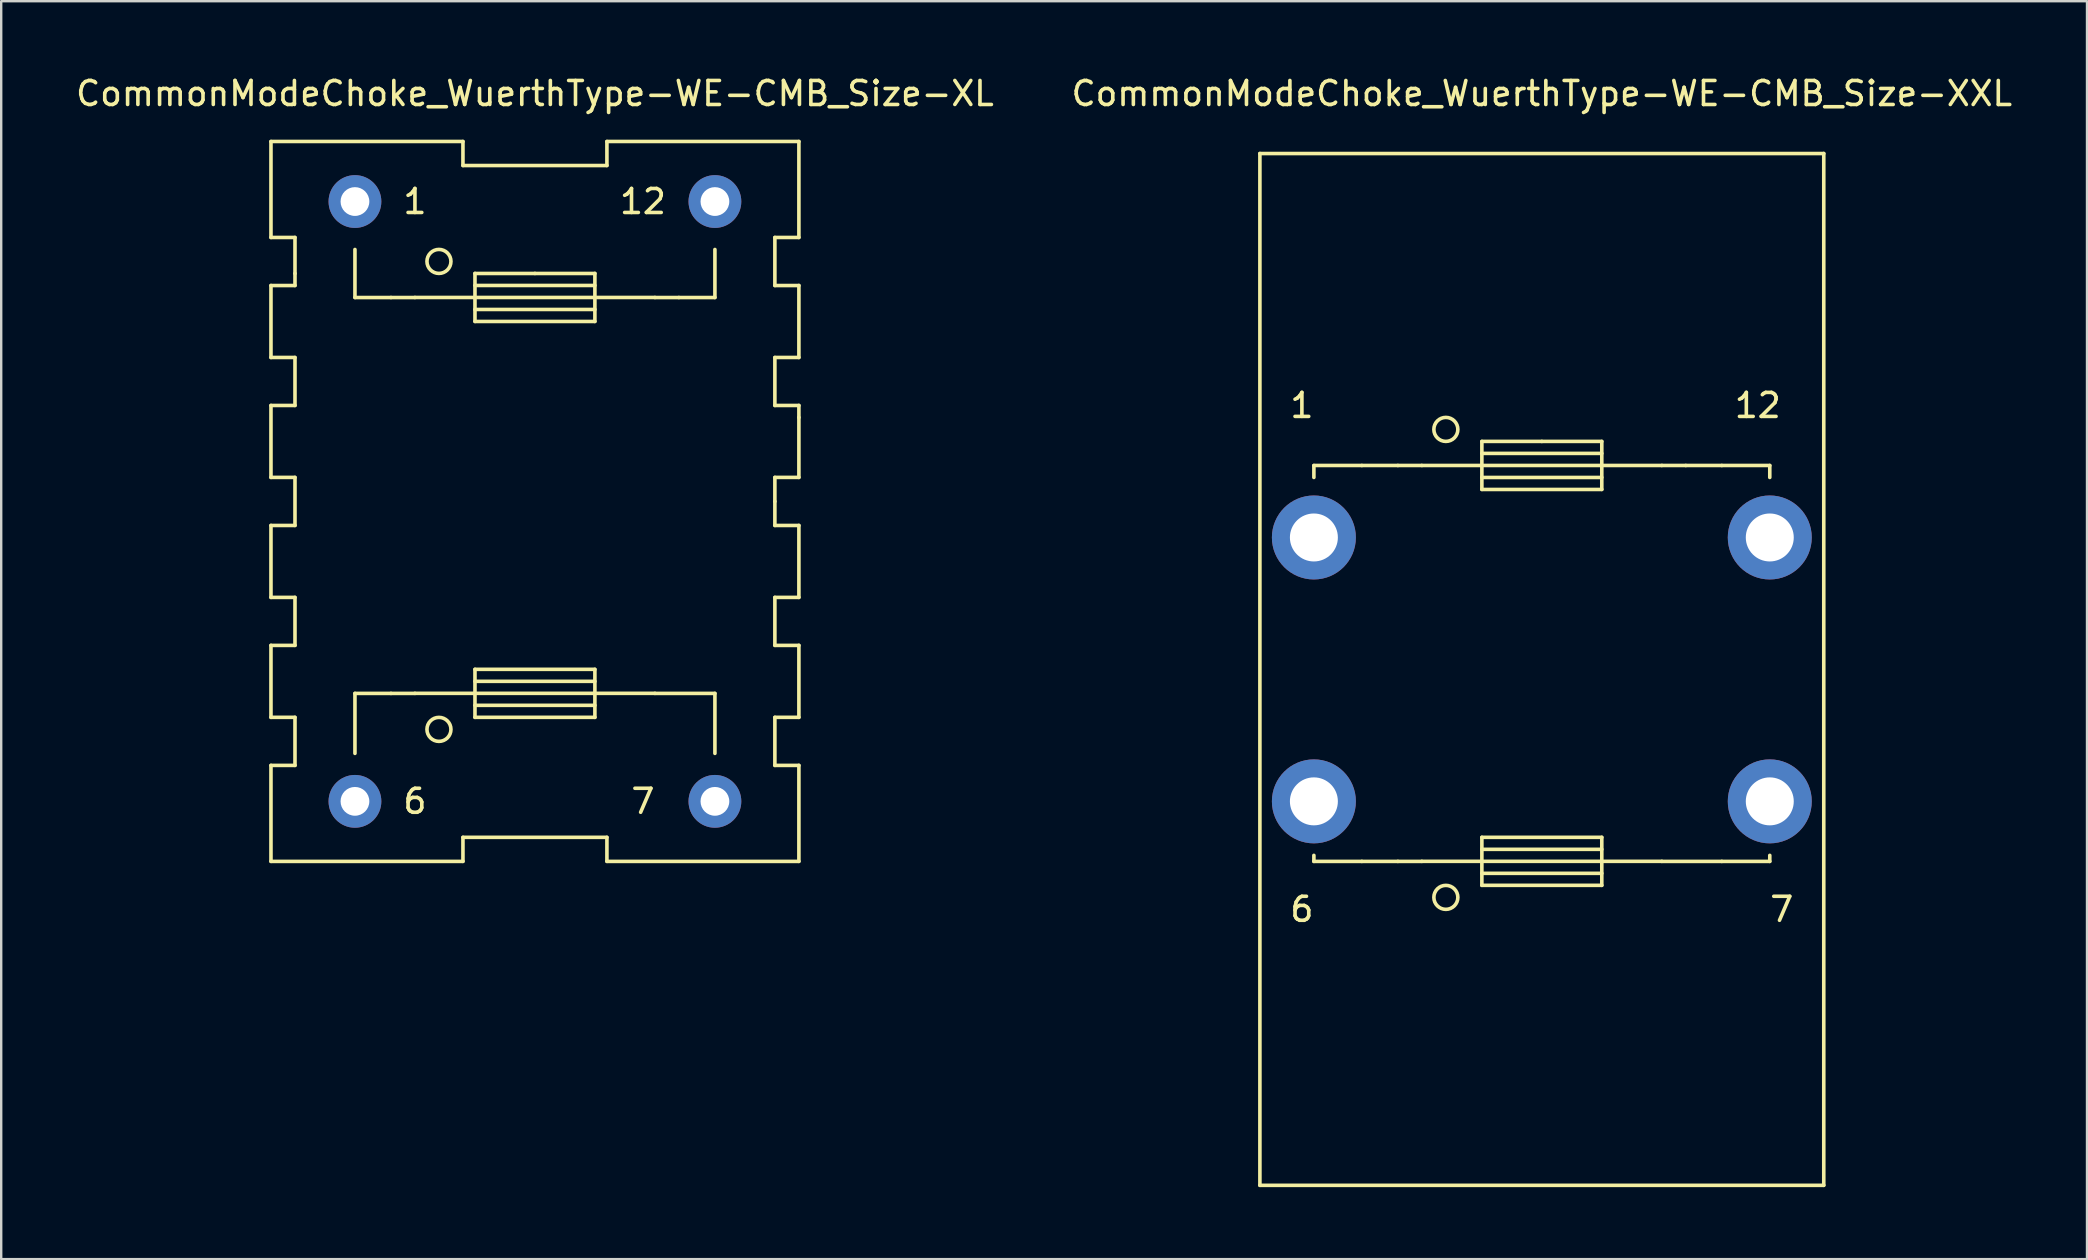
<source format=kicad_pcb>
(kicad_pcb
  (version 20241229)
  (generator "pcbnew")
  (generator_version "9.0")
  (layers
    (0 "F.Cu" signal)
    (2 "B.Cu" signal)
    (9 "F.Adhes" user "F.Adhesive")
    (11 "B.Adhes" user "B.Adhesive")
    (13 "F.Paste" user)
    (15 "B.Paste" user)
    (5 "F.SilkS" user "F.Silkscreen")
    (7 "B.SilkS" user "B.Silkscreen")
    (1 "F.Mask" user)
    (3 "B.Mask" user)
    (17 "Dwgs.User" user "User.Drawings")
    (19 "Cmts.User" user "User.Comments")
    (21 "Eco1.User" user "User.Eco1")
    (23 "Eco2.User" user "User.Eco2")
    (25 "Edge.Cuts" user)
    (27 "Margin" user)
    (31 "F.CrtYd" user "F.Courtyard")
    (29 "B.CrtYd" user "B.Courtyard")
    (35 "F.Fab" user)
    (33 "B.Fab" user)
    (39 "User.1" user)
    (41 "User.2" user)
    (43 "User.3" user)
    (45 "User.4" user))
  (footprint "CommonModeChoke_WuerthType-WE-CMB_Size-XXL"
    (layer "F.Cu")
    (at 61.208 24.849)
    (property "Reference" "CommonModeChoke_WuerthType-WE-CMB_Size-XXL" (at 0 -24 0) (layer "F.SilkS") (effects (font (size 1 1) (thickness 0.15))))
    (attr through_hole)
    (fp_line (start -11.75 -21.501) (end -11.75 21.501) (stroke (width 0.15) (type solid)) (layer "F.SilkS"))
    (fp_line (start -11.75 21.501) (end 11.75 21.501) (stroke (width 0.15) (type solid)) (layer "F.SilkS"))
    (fp_line (start -9.5 -8.499) (end -9.5 -8.001) (stroke (width 0.15) (type solid)) (layer "F.SilkS"))
    (fp_line (start -9.5 8.001) (end -9.5 7.75) (stroke (width 0.15) (type solid)) (layer "F.SilkS"))
    (fp_line (start -7.501 -8.499) (end -9.5 -8.499) (stroke (width 0.15) (type solid)) (layer "F.SilkS"))
    (fp_line (start -7.501 8.001) (end -9.5 8.001) (stroke (width 0.15) (type solid)) (layer "F.SilkS"))
    (fp_line (start -5.999 -8.499) (end -7.501 -8.499) (stroke (width 0.15) (type solid)) (layer "F.SilkS"))
    (fp_line (start -5.999 8.001) (end -7.501 8.001) (stroke (width 0.15) (type solid)) (layer "F.SilkS"))
    (fp_line (start -5.001 -8.499) (end -5.999 -8.499) (stroke (width 0.15) (type solid)) (layer "F.SilkS"))
    (fp_line (start -5.001 7.998) (end -2.499 7.998) (stroke (width 0.15) (type solid)) (layer "F.SilkS"))
    (fp_line (start -5.001 8.001) (end -5.999 8.001) (stroke (width 0.15) (type solid)) (layer "F.SilkS"))
    (fp_line (start -2.499 -9.502) (end 0 -9.502) (stroke (width 0.15) (type solid)) (layer "F.SilkS"))
    (fp_line (start -2.499 -8.501) (end -5.001 -8.501) (stroke (width 0.15) (type solid)) (layer "F.SilkS"))
    (fp_line (start -2.499 -8.501) (end 2.499 -8.501) (stroke (width 0.15) (type solid)) (layer "F.SilkS"))
    (fp_line (start -2.499 -8.001) (end 2.499 -8.001) (stroke (width 0.15) (type solid)) (layer "F.SilkS"))
    (fp_line (start -2.499 -7.501) (end -2.499 -9.502) (stroke (width 0.15) (type solid)) (layer "F.SilkS"))
    (fp_line (start -2.499 6.998) (end 2.499 6.998) (stroke (width 0.15) (type solid)) (layer "F.SilkS"))
    (fp_line (start -2.499 8.499) (end 2.499 8.499) (stroke (width 0.15) (type solid)) (layer "F.SilkS"))
    (fp_line (start -2.499 8.999) (end -2.499 6.998) (stroke (width 0.15) (type solid)) (layer "F.SilkS"))
    (fp_line (start 0 -9.502) (end 2.499 -9.502) (stroke (width 0.15) (type solid)) (layer "F.SilkS"))
    (fp_line (start 2.499 -9.502) (end 2.499 -7.501) (stroke (width 0.15) (type solid)) (layer "F.SilkS"))
    (fp_line (start 2.499 -9.002) (end -2.499 -9.002) (stroke (width 0.15) (type solid)) (layer "F.SilkS"))
    (fp_line (start 2.499 -8.501) (end 5.001 -8.501) (stroke (width 0.15) (type solid)) (layer "F.SilkS"))
    (fp_line (start 2.499 -7.501) (end -2.499 -7.501) (stroke (width 0.15) (type solid)) (layer "F.SilkS"))
    (fp_line (start 2.499 6.998) (end 2.499 8.999) (stroke (width 0.15) (type solid)) (layer "F.SilkS"))
    (fp_line (start 2.499 7.498) (end -2.499 7.498) (stroke (width 0.15) (type solid)) (layer "F.SilkS"))
    (fp_line (start 2.499 7.998) (end -2.499 7.998) (stroke (width 0.15) (type solid)) (layer "F.SilkS"))
    (fp_line (start 2.499 8.999) (end -2.499 8.999) (stroke (width 0.15) (type solid)) (layer "F.SilkS"))
    (fp_line (start 5.001 -8.499) (end 5.999 -8.499) (stroke (width 0.15) (type solid)) (layer "F.SilkS"))
    (fp_line (start 5.001 7.998) (end 2.499 7.998) (stroke (width 0.15) (type solid)) (layer "F.SilkS"))
    (fp_line (start 5.001 8.001) (end 7.501 8.001) (stroke (width 0.15) (type solid)) (layer "F.SilkS"))
    (fp_line (start 5.999 -8.499) (end 7.501 -8.499) (stroke (width 0.15) (type solid)) (layer "F.SilkS"))
    (fp_line (start 7.501 -8.499) (end 9.5 -8.499) (stroke (width 0.15) (type solid)) (layer "F.SilkS"))
    (fp_line (start 7.501 8.001) (end 9.5 8.001) (stroke (width 0.15) (type solid)) (layer "F.SilkS"))
    (fp_line (start 9.5 -8.499) (end 9.5 -8.001) (stroke (width 0.15) (type solid)) (layer "F.SilkS"))
    (fp_line (start 9.5 8.001) (end 9.5 7.75) (stroke (width 0.15) (type solid)) (layer "F.SilkS"))
    (fp_line (start 11.75 -21.501) (end -11.75 -21.501) (stroke (width 0.15) (type solid)) (layer "F.SilkS"))
    (fp_line (start 11.75 21.501) (end 11.75 -21.501) (stroke (width 0.15) (type solid)) (layer "F.SilkS"))
    (fp_circle (center -4 -10.003) (end -3.5 -10.003) (stroke (width 0.15) (type solid)) (fill no) (layer "F.SilkS"))
    (fp_circle (center -4 9.5) (end -3.5 9.5) (stroke (width 0.15) (type solid)) (fill no) (layer "F.SilkS"))
    (fp_text user "1" (at -10 -11.001 0) (layer "F.SilkS") (effects (font (size 1 1) (thickness 0.15))))
    (fp_text user "7" (at 10 10 0) (layer "F.SilkS") (effects (font (size 1 1) (thickness 0.15))))
    (fp_text user "12" (at 8.999 -11.001 0) (layer "F.SilkS") (effects (font (size 1 1) (thickness 0.15))))
    (fp_text user "6" (at -10 10 0) (layer "F.SilkS") (effects (font (size 1 1) (thickness 0.15))))
    (pad "1" thru_hole circle (at -9.5 -5.499) (size 3.5 3.5) (drill 1.999) (layers "*.Cu" "*.Mask"))
    (pad "6" thru_hole circle (at -9.5 5.499) (size 3.5 3.5) (drill 1.999) (layers "*.Cu" "*.Mask"))
    (pad "7" thru_hole circle (at 9.5 5.499) (size 3.5 3.5) (drill 1.999) (layers "*.Cu" "*.Mask"))
    (pad "12" thru_hole circle (at 9.5 -5.499) (size 3.5 3.5) (drill 1.999) (layers "*.Cu" "*.Mask")))
  (footprint "CommonModeChoke_WuerthType-WE-CMB_Size-XL"
    (layer "F.Cu")
    (at 19.244 17.848)
    (property "Reference" "CommonModeChoke_WuerthType-WE-CMB_Size-XL" (at 0 -17 0) (layer "F.SilkS") (effects (font (size 1 1) (thickness 0.15))))
    (attr through_hole)
    (fp_line (start -11.001 -15.001) (end -11.001 -11.001) (stroke (width 0.15) (type solid)) (layer "F.SilkS"))
    (fp_line (start -11.001 -11.001) (end -10 -11.001) (stroke (width 0.15) (type solid)) (layer "F.SilkS"))
    (fp_line (start -11.001 -8.999) (end -11.001 -5.999) (stroke (width 0.15) (type solid)) (layer "F.SilkS"))
    (fp_line (start -11.001 -5.999) (end -10 -5.999) (stroke (width 0.15) (type solid)) (layer "F.SilkS"))
    (fp_line (start -11.001 -4) (end -11.001 -1.001) (stroke (width 0.15) (type solid)) (layer "F.SilkS"))
    (fp_line (start -11.001 -1.001) (end -10 -1.001) (stroke (width 0.15) (type solid)) (layer "F.SilkS"))
    (fp_line (start -11.001 1.001) (end -11.001 4) (stroke (width 0.15) (type solid)) (layer "F.SilkS"))
    (fp_line (start -11.001 4) (end -10 4) (stroke (width 0.15) (type solid)) (layer "F.SilkS"))
    (fp_line (start -11.001 5.999) (end -11.001 8.999) (stroke (width 0.15) (type solid)) (layer "F.SilkS"))
    (fp_line (start -11.001 8.999) (end -10 8.999) (stroke (width 0.15) (type solid)) (layer "F.SilkS"))
    (fp_line (start -11.001 11.001) (end -11.001 15.001) (stroke (width 0.15) (type solid)) (layer "F.SilkS"))
    (fp_line (start -10 -11.001) (end -10 -9.5) (stroke (width 0.15) (type solid)) (layer "F.SilkS"))
    (fp_line (start -10 -9.5) (end -10 -8.999) (stroke (width 0.15) (type solid)) (layer "F.SilkS"))
    (fp_line (start -10 -8.999) (end -11.001 -8.999) (stroke (width 0.15) (type solid)) (layer "F.SilkS"))
    (fp_line (start -10 -5.999) (end -10 -4) (stroke (width 0.15) (type solid)) (layer "F.SilkS"))
    (fp_line (start -10 -4) (end -11.001 -4) (stroke (width 0.15) (type solid)) (layer "F.SilkS"))
    (fp_line (start -10 -1.001) (end -10 1.001) (stroke (width 0.15) (type solid)) (layer "F.SilkS"))
    (fp_line (start -10 1.001) (end -11.001 1.001) (stroke (width 0.15) (type solid)) (layer "F.SilkS"))
    (fp_line (start -10 4) (end -10 5.999) (stroke (width 0.15) (type solid)) (layer "F.SilkS"))
    (fp_line (start -10 5.999) (end -11.001 5.999) (stroke (width 0.15) (type solid)) (layer "F.SilkS"))
    (fp_line (start -10 8.999) (end -10 11.001) (stroke (width 0.15) (type solid)) (layer "F.SilkS"))
    (fp_line (start -10 11.001) (end -11.001 11.001) (stroke (width 0.15) (type solid)) (layer "F.SilkS"))
    (fp_line (start -7.501 -8.499) (end -7.501 -10.5) (stroke (width 0.15) (type solid)) (layer "F.SilkS"))
    (fp_line (start -7.501 8.001) (end -7.501 10.5) (stroke (width 0.15) (type solid)) (layer "F.SilkS"))
    (fp_line (start -5.999 -8.499) (end -7.501 -8.499) (stroke (width 0.15) (type solid)) (layer "F.SilkS"))
    (fp_line (start -5.999 8.001) (end -7.501 8.001) (stroke (width 0.15) (type solid)) (layer "F.SilkS"))
    (fp_line (start -5.001 -8.499) (end -5.999 -8.499) (stroke (width 0.15) (type solid)) (layer "F.SilkS"))
    (fp_line (start -5.001 7.998) (end -2.499 7.998) (stroke (width 0.15) (type solid)) (layer "F.SilkS"))
    (fp_line (start -5.001 8.001) (end -5.999 8.001) (stroke (width 0.15) (type solid)) (layer "F.SilkS"))
    (fp_line (start -3 -15.001) (end -11.001 -15.001) (stroke (width 0.15) (type solid)) (layer "F.SilkS"))
    (fp_line (start -3 -14) (end -3 -15.001) (stroke (width 0.15) (type solid)) (layer "F.SilkS"))
    (fp_line (start -3 14) (end -3 15.001) (stroke (width 0.15) (type solid)) (layer "F.SilkS"))
    (fp_line (start -3 15.001) (end -11.001 15.001) (stroke (width 0.15) (type solid)) (layer "F.SilkS"))
    (fp_line (start -2.499 -9.502) (end 0 -9.502) (stroke (width 0.15) (type solid)) (layer "F.SilkS"))
    (fp_line (start -2.499 -8.501) (end -5.001 -8.501) (stroke (width 0.15) (type solid)) (layer "F.SilkS"))
    (fp_line (start -2.499 -8.501) (end 2.499 -8.501) (stroke (width 0.15) (type solid)) (layer "F.SilkS"))
    (fp_line (start -2.499 -8.001) (end 2.499 -8.001) (stroke (width 0.15) (type solid)) (layer "F.SilkS"))
    (fp_line (start -2.499 -7.501) (end -2.499 -9.502) (stroke (width 0.15) (type solid)) (layer "F.SilkS"))
    (fp_line (start -2.499 6.998) (end 2.499 6.998) (stroke (width 0.15) (type solid)) (layer "F.SilkS"))
    (fp_line (start -2.499 8.499) (end 2.499 8.499) (stroke (width 0.15) (type solid)) (layer "F.SilkS"))
    (fp_line (start -2.499 8.999) (end -2.499 6.998) (stroke (width 0.15) (type solid)) (layer "F.SilkS"))
    (fp_line (start 0 -9.502) (end 2.499 -9.502) (stroke (width 0.15) (type solid)) (layer "F.SilkS"))
    (fp_line (start 2.499 -9.502) (end 2.499 -7.501) (stroke (width 0.15) (type solid)) (layer "F.SilkS"))
    (fp_line (start 2.499 -9.002) (end -2.499 -9.002) (stroke (width 0.15) (type solid)) (layer "F.SilkS"))
    (fp_line (start 2.499 -8.501) (end 5.001 -8.501) (stroke (width 0.15) (type solid)) (layer "F.SilkS"))
    (fp_line (start 2.499 -7.501) (end -2.499 -7.501) (stroke (width 0.15) (type solid)) (layer "F.SilkS"))
    (fp_line (start 2.499 6.998) (end 2.499 8.999) (stroke (width 0.15) (type solid)) (layer "F.SilkS"))
    (fp_line (start 2.499 7.498) (end -2.499 7.498) (stroke (width 0.15) (type solid)) (layer "F.SilkS"))
    (fp_line (start 2.499 7.998) (end -2.499 7.998) (stroke (width 0.15) (type solid)) (layer "F.SilkS"))
    (fp_line (start 2.499 8.999) (end -2.499 8.999) (stroke (width 0.15) (type solid)) (layer "F.SilkS"))
    (fp_line (start 3 -15.001) (end 3 -14) (stroke (width 0.15) (type solid)) (layer "F.SilkS"))
    (fp_line (start 3 -14) (end -3 -14) (stroke (width 0.15) (type solid)) (layer "F.SilkS"))
    (fp_line (start 3 14) (end -3 14) (stroke (width 0.15) (type solid)) (layer "F.SilkS"))
    (fp_line (start 3 15.001) (end 3 14) (stroke (width 0.15) (type solid)) (layer "F.SilkS"))
    (fp_line (start 5.001 -8.499) (end 5.999 -8.499) (stroke (width 0.15) (type solid)) (layer "F.SilkS"))
    (fp_line (start 5.001 7.998) (end 2.499 7.998) (stroke (width 0.15) (type solid)) (layer "F.SilkS"))
    (fp_line (start 5.001 8.001) (end 7.501 8.001) (stroke (width 0.15) (type solid)) (layer "F.SilkS"))
    (fp_line (start 5.999 -8.499) (end 7.501 -8.499) (stroke (width 0.15) (type solid)) (layer "F.SilkS"))
    (fp_line (start 7.501 -8.499) (end 7.501 -10.5) (stroke (width 0.15) (type solid)) (layer "F.SilkS"))
    (fp_line (start 7.501 8.001) (end 7.501 10.5) (stroke (width 0.15) (type solid)) (layer "F.SilkS"))
    (fp_line (start 10 -11.001) (end 11.001 -11.001) (stroke (width 0.15) (type solid)) (layer "F.SilkS"))
    (fp_line (start 10 -8.999) (end 10 -11.001) (stroke (width 0.15) (type solid)) (layer "F.SilkS"))
    (fp_line (start 10 -5.999) (end 11.001 -5.999) (stroke (width 0.15) (type solid)) (layer "F.SilkS"))
    (fp_line (start 10 -4) (end 10 -5.999) (stroke (width 0.15) (type solid)) (layer "F.SilkS"))
    (fp_line (start 10 -1.001) (end 11.001 -1.001) (stroke (width 0.15) (type solid)) (layer "F.SilkS"))
    (fp_line (start 10 0) (end 10 -1.001) (stroke (width 0.15) (type solid)) (layer "F.SilkS"))
    (fp_line (start 10 0) (end 10 1.001) (stroke (width 0.15) (type solid)) (layer "F.SilkS"))
    (fp_line (start 10 1.001) (end 11.001 1.001) (stroke (width 0.15) (type solid)) (layer "F.SilkS"))
    (fp_line (start 10 4) (end 10 5.999) (stroke (width 0.15) (type solid)) (layer "F.SilkS"))
    (fp_line (start 10 5.999) (end 11.001 5.999) (stroke (width 0.15) (type solid)) (layer "F.SilkS"))
    (fp_line (start 10 8.999) (end 10 11.001) (stroke (width 0.15) (type solid)) (layer "F.SilkS"))
    (fp_line (start 10 11.001) (end 11.001 11.001) (stroke (width 0.15) (type solid)) (layer "F.SilkS"))
    (fp_line (start 11.001 -15.001) (end 3 -15.001) (stroke (width 0.15) (type solid)) (layer "F.SilkS"))
    (fp_line (start 11.001 -11.001) (end 11.001 -15.001) (stroke (width 0.15) (type solid)) (layer "F.SilkS"))
    (fp_line (start 11.001 -8.999) (end 10 -8.999) (stroke (width 0.15) (type solid)) (layer "F.SilkS"))
    (fp_line (start 11.001 -5.999) (end 11.001 -8.999) (stroke (width 0.15) (type solid)) (layer "F.SilkS"))
    (fp_line (start 11.001 -4) (end 10 -4) (stroke (width 0.15) (type solid)) (layer "F.SilkS"))
    (fp_line (start 11.001 -3.5) (end 11.001 -4) (stroke (width 0.15) (type solid)) (layer "F.SilkS"))
    (fp_line (start 11.001 -1.001) (end 11.001 -3.5) (stroke (width 0.15) (type solid)) (layer "F.SilkS"))
    (fp_line (start 11.001 1.001) (end 11.001 4) (stroke (width 0.15) (type solid)) (layer "F.SilkS"))
    (fp_line (start 11.001 4) (end 10 4) (stroke (width 0.15) (type solid)) (layer "F.SilkS"))
    (fp_line (start 11.001 5.999) (end 11.001 8.999) (stroke (width 0.15) (type solid)) (layer "F.SilkS"))
    (fp_line (start 11.001 8.999) (end 10 8.999) (stroke (width 0.15) (type solid)) (layer "F.SilkS"))
    (fp_line (start 11.001 11.001) (end 11.001 15.001) (stroke (width 0.15) (type solid)) (layer "F.SilkS"))
    (fp_line (start 11.001 15.001) (end 3 15.001) (stroke (width 0.15) (type solid)) (layer "F.SilkS"))
    (fp_circle (center -4 -10.003) (end -3.5 -10.003) (stroke (width 0.15) (type solid)) (fill no) (layer "F.SilkS"))
    (fp_circle (center -4 9.5) (end -3.5 9.5) (stroke (width 0.15) (type solid)) (fill no) (layer "F.SilkS"))
    (fp_text user "7" (at 4.501 12.499 0) (layer "F.SilkS") (effects (font (size 1 1) (thickness 0.15))))
    (fp_text user "6" (at -5.001 12.499 0) (layer "F.SilkS") (effects (font (size 1 1) (thickness 0.15))))
    (fp_text user "1" (at -5.001 -12.499 0) (layer "F.SilkS") (effects (font (size 1 1) (thickness 0.15))))
    (fp_text user "12" (at 4.501 -12.499 0) (layer "F.SilkS") (effects (font (size 1 1) (thickness 0.15))))
    (pad "1" thru_hole circle (at -7.501 -12.499) (size 2.2 2.2) (drill 1.199) (layers "*.Cu" "*.Mask"))
    (pad "6" thru_hole circle (at -7.501 12.499) (size 2.2 2.2) (drill 1.199) (layers "*.Cu" "*.Mask"))
    (pad "7" thru_hole circle (at 7.501 12.499) (size 2.2 2.2) (drill 1.199) (layers "*.Cu" "*.Mask"))
    (pad "12" thru_hole circle (at 7.501 -12.499) (size 2.2 2.2) (drill 1.199) (layers "*.Cu" "*.Mask")))
  (gr_rect
    (start -3 -3)
    (end 83.929 49.425)
    (stroke (width 0.1) (type default))
    (fill no)
    (layer "Edge.Cuts")))
</source>
